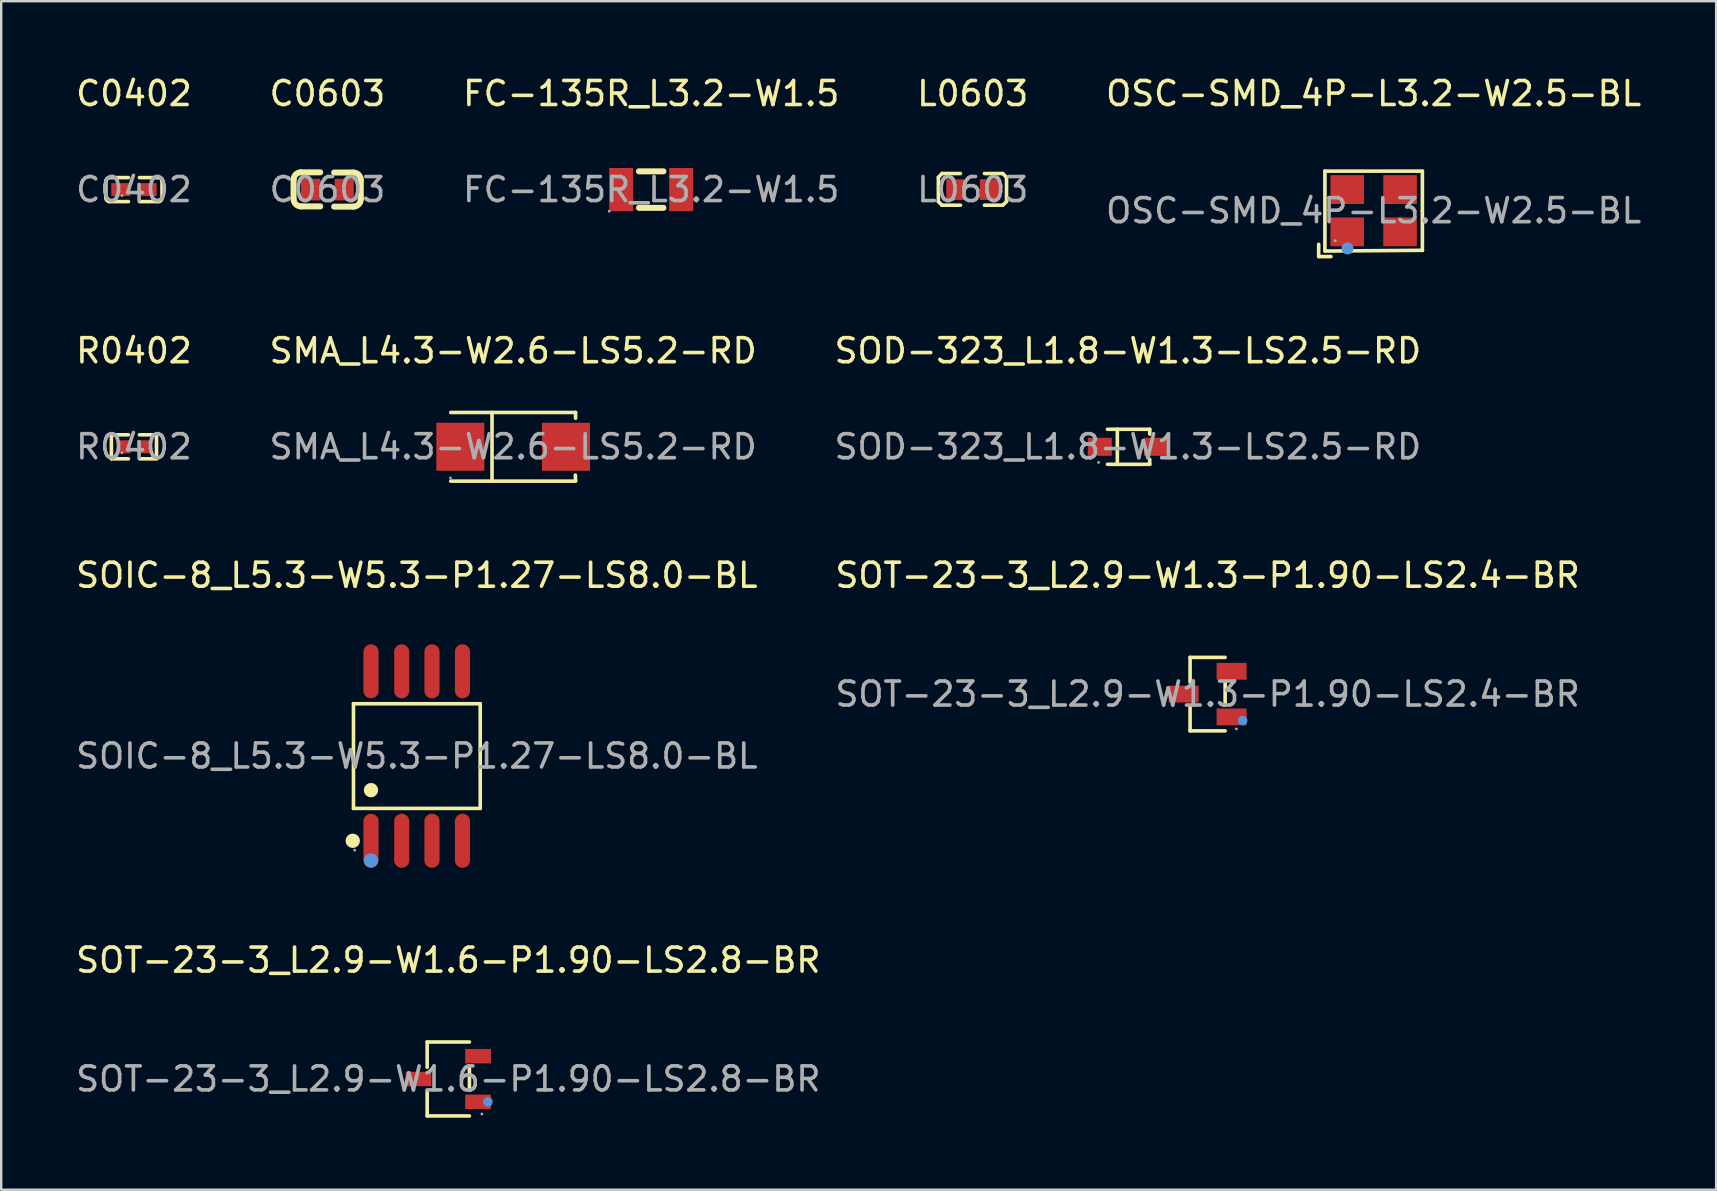
<source format=kicad_pcb>
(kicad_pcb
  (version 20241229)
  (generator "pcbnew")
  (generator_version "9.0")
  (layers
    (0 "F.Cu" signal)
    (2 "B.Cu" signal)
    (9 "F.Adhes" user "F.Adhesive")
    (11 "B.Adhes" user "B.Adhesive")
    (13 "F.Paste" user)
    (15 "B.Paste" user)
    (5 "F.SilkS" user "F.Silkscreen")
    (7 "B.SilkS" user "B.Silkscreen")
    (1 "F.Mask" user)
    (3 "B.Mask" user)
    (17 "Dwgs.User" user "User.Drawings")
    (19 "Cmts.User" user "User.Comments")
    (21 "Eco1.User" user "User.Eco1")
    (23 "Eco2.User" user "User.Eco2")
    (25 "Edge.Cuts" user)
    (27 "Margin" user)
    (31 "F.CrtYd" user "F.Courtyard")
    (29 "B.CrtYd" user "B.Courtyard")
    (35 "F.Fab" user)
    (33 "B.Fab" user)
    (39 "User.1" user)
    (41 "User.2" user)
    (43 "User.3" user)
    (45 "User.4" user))
  (footprint "C0603"
    (layer "F.Cu")
    (at 10.589 4.848)
    (property "Reference" "C0603" (at 0 -4 0) (layer "F.SilkS") (effects (font (size 1 1) (thickness 0.15))))
    (attr through_hole)
    (fp_line (start -1.41 -0.41) (end -1.41 0.39) (stroke (width 0.25) (type solid)) (layer "F.SilkS"))
    (fp_line (start -0.3 -0.72) (end -1.1 -0.72) (stroke (width 0.25) (type solid)) (layer "F.SilkS"))
    (fp_line (start -0.3 0.7) (end -1.1 0.7) (stroke (width 0.25) (type solid)) (layer "F.SilkS"))
    (fp_line (start 0.28 -0.71) (end 1.08 -0.71) (stroke (width 0.25) (type solid)) (layer "F.SilkS"))
    (fp_line (start 0.28 0.71) (end 1.08 0.71) (stroke (width 0.25) (type solid)) (layer "F.SilkS"))
    (fp_line (start 1.39 -0.4) (end 1.39 0.4) (stroke (width 0.25) (type solid)) (layer "F.SilkS"))
    (fp_arc (start -1.41 -0.41) (mid -1.319203 -0.629203) (end -1.1 -0.72) (stroke (width 0.25) (type solid)) (layer "F.SilkS"))
    (fp_arc (start -1.1 0.7) (mid -1.319203 0.609203) (end -1.41 0.39) (stroke (width 0.25) (type solid)) (layer "F.SilkS"))
    (fp_arc (start 1.08 -0.71) (mid 1.299203 -0.619203) (end 1.39 -0.4) (stroke (width 0.25) (type solid)) (layer "F.SilkS"))
    (fp_arc (start 1.39 0.4) (mid 1.299203 0.619203) (end 1.08 0.71) (stroke (width 0.25) (type solid)) (layer "F.SilkS"))
    (fp_circle (center -0.8 0.4) (end -0.77 0.4) (stroke (width 0.06) (type solid)) (fill no) (layer "F.Fab"))
    (fp_text user "${REFERENCE}" (at 0 0 0) (layer "F.Fab") (effects (font (size 1 1) (thickness 0.15))))
    (pad "1" smd rect (at -0.7 0) (size 0.8 0.9) (layers "F.Cu" "F.Mask" "F.Paste"))
    (pad "2" smd rect (at 0.7 0) (size 0.8 0.9) (layers "F.Cu" "F.Mask" "F.Paste")))
  (footprint "SOD-323_L1.8-W1.3-LS2.5-RD"
    (layer "F.Cu")
    (at 43.935 15.562)
    (property "Reference" "SOD-323_L1.8-W1.3-LS2.5-RD" (at 0 -4 0) (layer "F.SilkS") (effects (font (size 1 1) (thickness 0.15))))
    (attr through_hole)
    (fp_line (start -0.85 -0.73) (end 0.91 -0.73) (stroke (width 0.15) (type solid)) (layer "F.SilkS"))
    (fp_line (start -0.85 0.73) (end 0.91 0.73) (stroke (width 0.15) (type solid)) (layer "F.SilkS"))
    (fp_line (start -0.44 -0.73) (end -0.44 0.73) (stroke (width 0.15) (type solid)) (layer "F.SilkS"))
    (fp_line (start 0.91 -0.73) (end 0.91 -0.53) (stroke (width 0.15) (type solid)) (layer "F.SilkS"))
    (fp_line (start 0.91 0.73) (end 0.91 0.52) (stroke (width 0.15) (type solid)) (layer "F.SilkS"))
    (fp_circle (center -1.22 0.65) (end -1.19 0.65) (stroke (width 0.06) (type solid)) (fill no) (layer "F.Fab"))
    (fp_text user "${REFERENCE}" (at 0 0 0) (layer "F.Fab") (effects (font (size 1 1) (thickness 0.15))))
    (pad "1" smd rect (at -1.17 0) (size 1 0.75) (layers "F.Cu" "F.Mask" "F.Paste"))
    (pad "2" smd rect (at 1.17 0) (size 1 0.75) (layers "F.Cu" "F.Mask" "F.Paste")))
  (footprint "L0603"
    (layer "F.Cu")
    (at 37.47 4.848)
    (property "Reference" "L0603" (at 0 -4 0) (layer "F.SilkS") (effects (font (size 1 1) (thickness 0.15))))
    (attr through_hole)
    (fp_line (start -1.43 -0.51) (end -1.28 -0.67) (stroke (width 0.15) (type solid)) (layer "F.SilkS"))
    (fp_line (start -1.43 0.5) (end -1.43 -0.51) (stroke (width 0.15) (type solid)) (layer "F.SilkS"))
    (fp_line (start -1.28 -0.67) (end -0.51 -0.67) (stroke (width 0.15) (type solid)) (layer "F.SilkS"))
    (fp_line (start -1.28 0.65) (end -1.43 0.5) (stroke (width 0.15) (type solid)) (layer "F.SilkS"))
    (fp_line (start -1.28 0.65) (end -0.51 0.65) (stroke (width 0.15) (type solid)) (layer "F.SilkS"))
    (fp_line (start 1.25 -0.67) (end 0.49 -0.67) (stroke (width 0.15) (type solid)) (layer "F.SilkS"))
    (fp_line (start 1.25 -0.67) (end 1.41 -0.51) (stroke (width 0.15) (type solid)) (layer "F.SilkS"))
    (fp_line (start 1.25 0.65) (end 0.49 0.65) (stroke (width 0.15) (type solid)) (layer "F.SilkS"))
    (fp_line (start 1.41 -0.51) (end 1.41 0.5) (stroke (width 0.15) (type solid)) (layer "F.SilkS"))
    (fp_line (start 1.41 0.5) (end 1.25 0.65) (stroke (width 0.15) (type solid)) (layer "F.SilkS"))
    (fp_circle (center -0.8 0.4) (end -0.77 0.4) (stroke (width 0.06) (type solid)) (fill no) (layer "F.Fab"))
    (fp_text user "${REFERENCE}" (at 0 0 0) (layer "F.Fab") (effects (font (size 1 1) (thickness 0.15))))
    (pad "1" smd rect (at -0.7 0 180) (size 0.8 0.86) (layers "F.Cu" "F.Mask" "F.Paste"))
    (pad "2" smd rect (at 0.7 0 180) (size 0.8 0.86) (layers "F.Cu" "F.Mask" "F.Paste")))
  (footprint "C0402"
    (layer "F.Cu")
    (at 2.53 4.848)
    (property "Reference" "C0402" (at 0 -4 0) (layer "F.SilkS") (effects (font (size 1 1) (thickness 0.15))))
    (attr through_hole)
    (fp_line (start -1.17 0.35) (end -1.17 -0.35) (stroke (width 0.15) (type solid)) (layer "F.SilkS"))
    (fp_line (start -1.02 -0.5) (end -0.23 -0.5) (stroke (width 0.15) (type solid)) (layer "F.SilkS"))
    (fp_line (start -0.23 0.5) (end -1.02 0.5) (stroke (width 0.15) (type solid)) (layer "F.SilkS"))
    (fp_line (start 0.23 0.5) (end 1.02 0.5) (stroke (width 0.15) (type solid)) (layer "F.SilkS"))
    (fp_line (start 1.02 -0.5) (end 0.23 -0.5) (stroke (width 0.15) (type solid)) (layer "F.SilkS"))
    (fp_line (start 1.17 0.35) (end 1.17 -0.35) (stroke (width 0.15) (type solid)) (layer "F.SilkS"))
    (fp_arc (start -1.17 -0.35) (mid -1.126066 -0.456066) (end -1.02 -0.5) (stroke (width 0.15) (type solid)) (layer "F.SilkS"))
    (fp_arc (start -1.02 0.5) (mid -1.126066 0.456066) (end -1.17 0.35) (stroke (width 0.15) (type solid)) (layer "F.SilkS"))
    (fp_arc (start 1.02 -0.5) (mid 1.126066 -0.456066) (end 1.17 -0.35) (stroke (width 0.15) (type solid)) (layer "F.SilkS"))
    (fp_arc (start 1.17 0.35) (mid 1.126066 0.456066) (end 1.02 0.5) (stroke (width 0.15) (type solid)) (layer "F.SilkS"))
    (fp_circle (center -0.5 0.25) (end -0.47 0.25) (stroke (width 0.06) (type solid)) (fill no) (layer "F.Fab"))
    (fp_text user "${REFERENCE}" (at 0 0 0) (layer "F.Fab") (effects (font (size 1 1) (thickness 0.15))))
    (pad "1" smd rect (at -0.55 0) (size 0.79 0.54) (layers "F.Cu" "F.Mask" "F.Paste"))
    (pad "2" smd rect (at 0.55 0) (size 0.79 0.54) (layers "F.Cu" "F.Mask" "F.Paste")))
  (footprint "SOT-23-3_L2.9-W1.3-P1.90-LS2.4-BR"
    (layer "F.Cu")
    (at 47.256 25.865)
    (property "Reference" "SOT-23-3_L2.9-W1.3-P1.90-LS2.4-BR" (at 0 -4.95 0) (layer "F.SilkS") (effects (font (size 1 1) (thickness 0.15))))
    (attr through_hole)
    (fp_line (start -0.73 -1.53) (end -0.73 -0.49) (stroke (width 0.15) (type solid)) (layer "F.SilkS"))
    (fp_line (start -0.73 1.53) (end -0.73 0.49) (stroke (width 0.15) (type solid)) (layer "F.SilkS"))
    (fp_line (start 0.73 -1.53) (end -0.73 -1.53) (stroke (width 0.15) (type solid)) (layer "F.SilkS"))
    (fp_line (start 0.73 -0.46) (end 0.73 0.46) (stroke (width 0.15) (type solid)) (layer "F.SilkS"))
    (fp_line (start 0.73 1.53) (end -0.73 1.53) (stroke (width 0.15) (type solid)) (layer "F.SilkS"))
    (fp_circle (center 1.46 1.1) (end 1.56 1.1) (stroke (width 0.2) (type solid)) (fill no) (layer "Cmts.User"))
    (fp_circle (center 1.2 1.45) (end 1.23 1.45) (stroke (width 0.06) (type solid)) (fill no) (layer "F.Fab"))
    (fp_text user "${REFERENCE}" (at 0 0 0) (layer "F.Fab") (effects (font (size 1 1) (thickness 0.15))))
    (pad "1" smd rect (at 1 0.95) (size 1.25 0.7) (layers "F.Cu" "F.Mask" "F.Paste"))
    (pad "2" smd rect (at 1 -0.95) (size 1.25 0.7) (layers "F.Cu" "F.Mask" "F.Paste"))
    (pad "3" smd rect (at -1 0) (size 1.25 0.7) (layers "F.Cu" "F.Mask" "F.Paste")))
  (footprint "R0402"
    (layer "F.Cu")
    (at 2.53 15.562)
    (property "Reference" "R0402" (at 0 -4 0) (layer "F.SilkS") (effects (font (size 1 1) (thickness 0.15))))
    (attr through_hole)
    (fp_line (start -0.94 -0.5) (end -0.23 -0.5) (stroke (width 0.15) (type solid)) (layer "F.SilkS"))
    (fp_line (start -0.94 0.5) (end -0.94 -0.5) (stroke (width 0.15) (type solid)) (layer "F.SilkS"))
    (fp_line (start -0.23 0.5) (end -0.94 0.5) (stroke (width 0.15) (type solid)) (layer "F.SilkS"))
    (fp_line (start 0.23 0.5) (end 0.94 0.5) (stroke (width 0.15) (type solid)) (layer "F.SilkS"))
    (fp_line (start 0.94 -0.5) (end 0.23 -0.5) (stroke (width 0.15) (type solid)) (layer "F.SilkS"))
    (fp_line (start 0.94 0.5) (end 0.94 -0.5) (stroke (width 0.15) (type solid)) (layer "F.SilkS"))
    (fp_circle (center -0.5 0.25) (end -0.47 0.25) (stroke (width 0.06) (type solid)) (fill no) (layer "F.Fab"))
    (fp_text user "${REFERENCE}" (at 0 0 0) (layer "F.Fab") (effects (font (size 1 1) (thickness 0.15))))
    (pad "1" smd rect (at -0.43 0) (size 0.57 0.54) (layers "F.Cu" "F.Mask" "F.Paste"))
    (pad "2" smd rect (at 0.43 0) (size 0.57 0.54) (layers "F.Cu" "F.Mask" "F.Paste")))
  (footprint "SOIC-8_L5.3-W5.3-P1.27-LS8.0-BL"
    (layer "F.Cu")
    (at 14.315 28.445)
    (property "Reference" "SOIC-8_L5.3-W5.3-P1.27-LS8.0-BL" (at 0 -7.53 0) (layer "F.SilkS") (effects (font (size 1 1) (thickness 0.15))))
    (attr through_hole)
    (fp_line (start -2.64 -2.18) (end 2.64 -2.18) (stroke (width 0.15) (type solid)) (layer "F.SilkS"))
    (fp_line (start -2.64 2.18) (end -2.64 -2.18) (stroke (width 0.15) (type solid)) (layer "F.SilkS"))
    (fp_line (start 2.64 -2.18) (end 2.64 2.18) (stroke (width 0.15) (type solid)) (layer "F.SilkS"))
    (fp_line (start 2.64 2.18) (end -2.64 2.18) (stroke (width 0.15) (type solid)) (layer "F.SilkS"))
    (fp_circle (center -2.67 3.53) (end -2.52 3.53) (stroke (width 0.3) (type solid)) (fill no) (layer "F.SilkS"))
    (fp_circle (center -1.91 1.42) (end -1.76 1.42) (stroke (width 0.3) (type solid)) (fill no) (layer "F.SilkS"))
    (fp_circle (center -1.91 4.35) (end -1.76 4.35) (stroke (width 0.3) (type solid)) (fill no) (layer "Cmts.User"))
    (fp_circle (center -2.59 3.92) (end -2.56 3.92) (stroke (width 0.06) (type solid)) (fill no) (layer "F.Fab"))
    (fp_text user "${REFERENCE}" (at 0 0 0) (layer "F.Fab") (effects (font (size 1 1) (thickness 0.15))))
    (pad "1" smd oval (at -1.91 3.53) (size 0.63 2.25) (layers "F.Cu" "F.Mask" "F.Paste"))
    (pad "2" smd oval (at -0.63 3.53) (size 0.63 2.25) (layers "F.Cu" "F.Mask" "F.Paste"))
    (pad "3" smd oval (at 0.63 3.53) (size 0.63 2.25) (layers "F.Cu" "F.Mask" "F.Paste"))
    (pad "4" smd oval (at 1.9 3.53) (size 0.63 2.25) (layers "F.Cu" "F.Mask" "F.Paste"))
    (pad "5" smd oval (at 1.9 -3.53) (size 0.63 2.25) (layers "F.Cu" "F.Mask" "F.Paste"))
    (pad "6" smd oval (at 0.63 -3.53) (size 0.63 2.25) (layers "F.Cu" "F.Mask" "F.Paste"))
    (pad "7" smd oval (at -0.63 -3.53) (size 0.63 2.25) (layers "F.Cu" "F.Mask" "F.Paste"))
    (pad "8" smd oval (at -1.91 -3.53) (size 0.63 2.25) (layers "F.Cu" "F.Mask" "F.Paste")))
  (footprint "SOT-23-3_L2.9-W1.6-P1.90-LS2.8-BR"
    (layer "F.Cu")
    (at 15.625 41.898)
    (property "Reference" "SOT-23-3_L2.9-W1.6-P1.90-LS2.8-BR" (at 0 -4.95 0) (layer "F.SilkS") (effects (font (size 1 1) (thickness 0.15))))
    (attr through_hole)
    (fp_line (start -0.88 -1.54) (end -0.88 -0.49) (stroke (width 0.15) (type solid)) (layer "F.SilkS"))
    (fp_line (start -0.88 1.54) (end -0.88 0.49) (stroke (width 0.15) (type solid)) (layer "F.SilkS"))
    (fp_line (start 0.88 -1.54) (end -0.88 -1.54) (stroke (width 0.15) (type solid)) (layer "F.SilkS"))
    (fp_line (start 0.88 -0.46) (end 0.88 0.46) (stroke (width 0.15) (type solid)) (layer "F.SilkS"))
    (fp_line (start 0.88 1.54) (end -0.88 1.54) (stroke (width 0.15) (type solid)) (layer "F.SilkS"))
    (fp_circle (center 1.65 0.95) (end 1.75 0.95) (stroke (width 0.2) (type solid)) (fill no) (layer "Cmts.User"))
    (fp_circle (center 1.4 1.46) (end 1.43 1.46) (stroke (width 0.06) (type solid)) (fill no) (layer "F.Fab"))
    (fp_text user "${REFERENCE}" (at 0 0 0) (layer "F.Fab") (effects (font (size 1 1) (thickness 0.15))))
    (pad "1" smd rect (at 1.24 0.95) (size 1.07 0.6) (layers "F.Cu" "F.Mask" "F.Paste"))
    (pad "2" smd rect (at 1.24 -0.95) (size 1.07 0.6) (layers "F.Cu" "F.Mask" "F.Paste"))
    (pad "3" smd rect (at -1.24 0) (size 1.07 0.6) (layers "F.Cu" "F.Mask" "F.Paste")))
  (footprint "FC-135R_L3.2-W1.5"
    (layer "F.Cu")
    (at 24.077 4.848)
    (property "Reference" "FC-135R_L3.2-W1.5" (at 0 -4 0) (layer "F.SilkS") (effects (font (size 1 1) (thickness 0.15))))
    (attr through_hole)
    (fp_line (start -0.51 -0.76) (end 0.51 -0.76) (stroke (width 0.25) (type solid)) (layer "F.SilkS"))
    (fp_line (start 0.51 0.76) (end -0.51 0.76) (stroke (width 0.25) (type solid)) (layer "F.SilkS"))
    (fp_circle (center -1.75 0.9) (end -1.72 0.9) (stroke (width 0.06) (type solid)) (fill no) (layer "F.Fab"))
    (fp_text user "${REFERENCE}" (at 0 0 0) (layer "F.Fab") (effects (font (size 1 1) (thickness 0.15))))
    (pad "1" smd rect (at -1.25 0 90) (size 1.8 1) (layers "F.Cu" "F.Mask" "F.Paste"))
    (pad "2" smd rect (at 1.25 0 90) (size 1.8 1) (layers "F.Cu" "F.Mask" "F.Paste")))
  (footprint "SMA_L4.3-W2.6-LS5.2-RD"
    (layer "F.Cu")
    (at 18.327 15.562)
    (property "Reference" "SMA_L4.3-W2.6-LS5.2-RD" (at 0 -4 0) (layer "F.SilkS") (effects (font (size 1 1) (thickness 0.15))))
    (attr through_hole)
    (fp_line (start -2.6 -1.43) (end 2.6 -1.43) (stroke (width 0.15) (type solid)) (layer "F.SilkS"))
    (fp_line (start -2.6 1.43) (end 2.6 1.43) (stroke (width 0.15) (type solid)) (layer "F.SilkS"))
    (fp_line (start -0.88 -1.43) (end -0.88 1.43) (stroke (width 0.15) (type solid)) (layer "F.SilkS"))
    (fp_line (start 2.59 1.18) (end 2.6 1.41) (stroke (width 0.15) (type solid)) (layer "F.SilkS"))
    (fp_line (start 2.6 -1.43) (end 2.6 -1.19) (stroke (width 0.15) (type solid)) (layer "F.SilkS"))
    (fp_circle (center -2.61 1.3) (end -2.58 1.3) (stroke (width 0.06) (type solid)) (fill no) (layer "F.Fab"))
    (fp_text user "${REFERENCE}" (at 0 0 0) (layer "F.Fab") (effects (font (size 1 1) (thickness 0.15))))
    (pad "1" smd rect (at -2.2 0 180) (size 2 2) (layers "F.Cu" "F.Mask" "F.Paste"))
    (pad "2" smd rect (at 2.2 0 180) (size 2 2) (layers "F.Cu" "F.Mask" "F.Paste")))
  (footprint "OSC-SMD_4P-L3.2-W2.5-BL"
    (layer "F.Cu")
    (at 54.173 5.728)
    (property "Reference" "OSC-SMD_4P-L3.2-W2.5-BL" (at 0 -4.88 0) (layer "F.SilkS") (effects (font (size 1 1) (thickness 0.15))))
    (attr through_hole)
    (fp_line (start -2.29 1.4) (end -2.29 1.91) (stroke (width 0.15) (type solid)) (layer "F.SilkS"))
    (fp_line (start -2.29 1.91) (end -1.78 1.91) (stroke (width 0.15) (type solid)) (layer "F.SilkS"))
    (fp_line (start -2.03 -1.65) (end 2.03 -1.65) (stroke (width 0.15) (type solid)) (layer "F.SilkS"))
    (fp_line (start -2.03 1.68) (end -2.03 -1.65) (stroke (width 0.15) (type solid)) (layer "F.SilkS"))
    (fp_line (start 2.03 -1.65) (end 2.03 0) (stroke (width 0.15) (type solid)) (layer "F.SilkS"))
    (fp_line (start 2.03 0) (end 2.03 1.65) (stroke (width 0.15) (type solid)) (layer "F.SilkS"))
    (fp_line (start 2.03 1.65) (end -2.03 1.68) (stroke (width 0.15) (type solid)) (layer "F.SilkS"))
    (fp_line (start 2.03 1.65) (end 2.03 1.65) (stroke (width 0.15) (type solid)) (layer "F.SilkS"))
    (fp_circle (center -1.09 1.57) (end -0.96 1.57) (stroke (width 0.25) (type solid)) (fill no) (layer "Cmts.User"))
    (fp_circle (center -1.6 1.25) (end -1.57 1.25) (stroke (width 0.06) (type solid)) (fill no) (layer "F.Fab"))
    (fp_text user "${REFERENCE}" (at 0 0 0) (layer "F.Fab") (effects (font (size 1 1) (thickness 0.15))))
    (pad "1" smd rect (at -1.1 0.88) (size 1.4 1.2) (layers "F.Cu" "F.Mask" "F.Paste"))
    (pad "2" smd rect (at 1.1 0.88) (size 1.4 1.2) (layers "F.Cu" "F.Mask" "F.Paste"))
    (pad "3" smd rect (at 1.1 -0.88) (size 1.4 1.2) (layers "F.Cu" "F.Mask" "F.Paste"))
    (pad "4" smd rect (at -1.1 -0.88) (size 1.4 1.2) (layers "F.Cu" "F.Mask" "F.Paste")))
  (gr_rect
    (start -3 -3)
    (end 68.44 46.513)
    (stroke (width 0.1) (type default))
    (fill no)
    (layer "Edge.Cuts")))
</source>
